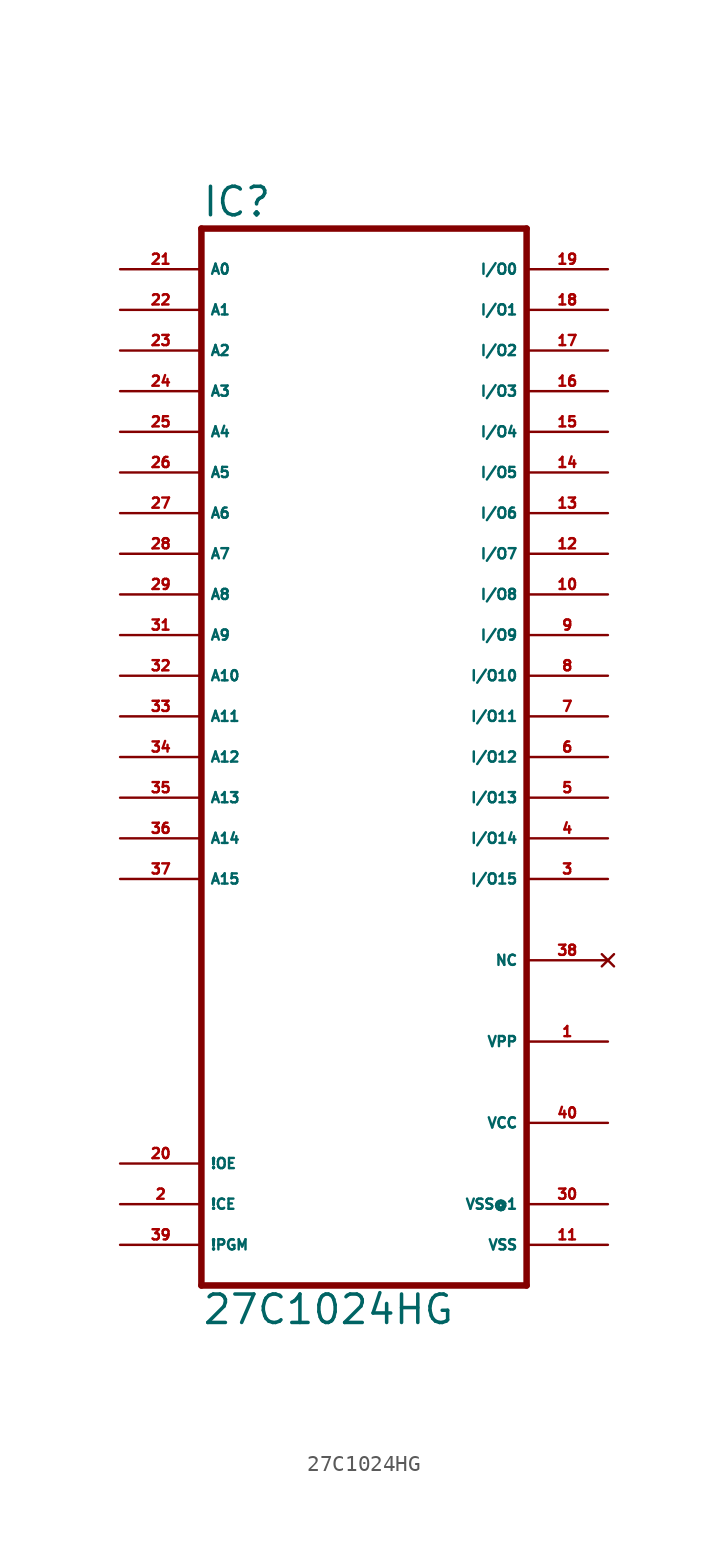
<source format=kicad_sym>
(kicad_symbol_lib
  (version 20220914)
  (generator Eagle2Kicad)
  (symbol "27C1024HG"
    (property "Reference" "IC"
      (at -10.16 33.655 0)
      (effects (font (size 1.778 1.778) (thickness 0.22)) (justify left bottom)))
    (property "Value" "27C1024HG"
      (at -10.16 -35.56 0)
      (effects (font (size 1.778 1.778) (thickness 0.22)) (justify left bottom)))
    (polyline
      (pts (xy -10.16 -33.02) (xy 10.16 -33.02))
      (stroke (width 0.406) (type default))
      (fill (type none)))
    (polyline
      (pts (xy 10.16 33.02) (xy 10.16 -33.02))
      (stroke (width 0.406) (type default))
      (fill (type none)))
    (polyline
      (pts (xy 10.16 33.02) (xy -10.16 33.02))
      (stroke (width 0.406) (type default))
      (fill (type none)))
    (polyline
      (pts (xy -10.16 -33.02) (xy -10.16 33.02))
      (stroke (width 0.406) (type default))
      (fill (type none)))
    (pin input line
      (at -15.24 30.48 0)
      (length 5.08)
      (name "A0" (effects (font (size 0.635 0.635) (thickness 0.08)) (justify left bottom)))
      (number "21" (effects (font (size 0.635 0.635) (thickness 0.08)) (justify left bottom))))
    (pin input line
      (at -15.24 27.94 0)
      (length 5.08)
      (name "A1" (effects (font (size 0.635 0.635) (thickness 0.08)) (justify left bottom)))
      (number "22" (effects (font (size 0.635 0.635) (thickness 0.08)) (justify left bottom))))
    (pin input line
      (at -15.24 25.4 0)
      (length 5.08)
      (name "A2" (effects (font (size 0.635 0.635) (thickness 0.08)) (justify left bottom)))
      (number "23" (effects (font (size 0.635 0.635) (thickness 0.08)) (justify left bottom))))
    (pin input line
      (at -15.24 22.86 0)
      (length 5.08)
      (name "A3" (effects (font (size 0.635 0.635) (thickness 0.08)) (justify left bottom)))
      (number "24" (effects (font (size 0.635 0.635) (thickness 0.08)) (justify left bottom))))
    (pin input line
      (at -15.24 20.32 0)
      (length 5.08)
      (name "A4" (effects (font (size 0.635 0.635) (thickness 0.08)) (justify left bottom)))
      (number "25" (effects (font (size 0.635 0.635) (thickness 0.08)) (justify left bottom))))
    (pin input line
      (at -15.24 17.78 0)
      (length 5.08)
      (name "A5" (effects (font (size 0.635 0.635) (thickness 0.08)) (justify left bottom)))
      (number "26" (effects (font (size 0.635 0.635) (thickness 0.08)) (justify left bottom))))
    (pin input line
      (at -15.24 15.24 0)
      (length 5.08)
      (name "A6" (effects (font (size 0.635 0.635) (thickness 0.08)) (justify left bottom)))
      (number "27" (effects (font (size 0.635 0.635) (thickness 0.08)) (justify left bottom))))
    (pin input line
      (at -15.24 12.7 0)
      (length 5.08)
      (name "A7" (effects (font (size 0.635 0.635) (thickness 0.08)) (justify left bottom)))
      (number "28" (effects (font (size 0.635 0.635) (thickness 0.08)) (justify left bottom))))
    (pin input line
      (at -15.24 10.16 0)
      (length 5.08)
      (name "A8" (effects (font (size 0.635 0.635) (thickness 0.08)) (justify left bottom)))
      (number "29" (effects (font (size 0.635 0.635) (thickness 0.08)) (justify left bottom))))
    (pin input line
      (at -15.24 7.62 0)
      (length 5.08)
      (name "A9" (effects (font (size 0.635 0.635) (thickness 0.08)) (justify left bottom)))
      (number "31" (effects (font (size 0.635 0.635) (thickness 0.08)) (justify left bottom))))
    (pin input line
      (at -15.24 5.08 0)
      (length 5.08)
      (name "A10" (effects (font (size 0.635 0.635) (thickness 0.08)) (justify left bottom)))
      (number "32" (effects (font (size 0.635 0.635) (thickness 0.08)) (justify left bottom))))
    (pin input line
      (at -15.24 2.54 0)
      (length 5.08)
      (name "A11" (effects (font (size 0.635 0.635) (thickness 0.08)) (justify left bottom)))
      (number "33" (effects (font (size 0.635 0.635) (thickness 0.08)) (justify left bottom))))
    (pin input line
      (at -15.24 0 0)
      (length 5.08)
      (name "A12" (effects (font (size 0.635 0.635) (thickness 0.08)) (justify left bottom)))
      (number "34" (effects (font (size 0.635 0.635) (thickness 0.08)) (justify left bottom))))
    (pin input line
      (at -15.24 -2.54 0)
      (length 5.08)
      (name "A13" (effects (font (size 0.635 0.635) (thickness 0.08)) (justify left bottom)))
      (number "35" (effects (font (size 0.635 0.635) (thickness 0.08)) (justify left bottom))))
    (pin input line
      (at -15.24 -5.08 0)
      (length 5.08)
      (name "A14" (effects (font (size 0.635 0.635) (thickness 0.08)) (justify left bottom)))
      (number "36" (effects (font (size 0.635 0.635) (thickness 0.08)) (justify left bottom))))
    (pin input line
      (at -15.24 -7.62 0)
      (length 5.08)
      (name "A15" (effects (font (size 0.635 0.635) (thickness 0.08)) (justify left bottom)))
      (number "37" (effects (font (size 0.635 0.635) (thickness 0.08)) (justify left bottom))))
    (pin input line
      (at -15.24 -25.4 0)
      (length 5.08)
      (name "!OE" (effects (font (size 0.635 0.635) (thickness 0.08)) (justify left bottom)))
      (number "20" (effects (font (size 0.635 0.635) (thickness 0.08)) (justify left bottom))))
    (pin input line
      (at -15.24 -27.94 0)
      (length 5.08)
      (name "!CE" (effects (font (size 0.635 0.635) (thickness 0.08)) (justify left bottom)))
      (number "2" (effects (font (size 0.635 0.635) (thickness 0.08)) (justify left bottom))))
    (pin input line
      (at -15.24 -30.48 0)
      (length 5.08)
      (name "!PGM" (effects (font (size 0.635 0.635) (thickness 0.08)) (justify left bottom)))
      (number "39" (effects (font (size 0.635 0.635) (thickness 0.08)) (justify left bottom))))
    (pin unspecified line
      (at 15.24 -30.48 180)
      (length 5.08)
      (name "VSS" (effects (font (size 0.635 0.635) (thickness 0.08)) (justify left bottom)))
      (number "11" (effects (font (size 0.635 0.635) (thickness 0.08)) (justify left bottom))))
    (pin unspecified line
      (at 15.24 -27.94 180)
      (length 5.08)
      (name "VSS@1" (effects (font (size 0.635 0.635) (thickness 0.08)) (justify left bottom)))
      (number "30" (effects (font (size 0.635 0.635) (thickness 0.08)) (justify left bottom))))
    (pin unspecified line
      (at 15.24 -22.86 180)
      (length 5.08)
      (name "VCC" (effects (font (size 0.635 0.635) (thickness 0.08)) (justify left bottom)))
      (number "40" (effects (font (size 0.635 0.635) (thickness 0.08)) (justify left bottom))))
    (pin passive line
      (at 15.24 -17.78 180)
      (length 5.08)
      (name "VPP" (effects (font (size 0.635 0.635) (thickness 0.08)) (justify left bottom)))
      (number "1" (effects (font (size 0.635 0.635) (thickness 0.08)) (justify left bottom))))
    (pin no_connect line
      (at 15.24 -12.7 180)
      (length 5.08)
      (name "NC" (effects (font (size 0.635 0.635) (thickness 0.08)) (justify left bottom) hide))
      (number "38" (effects (font (size 0.635 0.635) (thickness 0.08)) (justify left bottom) hide)))
    (pin tri_state line
      (at 15.24 30.48 180)
      (length 5.08)
      (name "I/O0" (effects (font (size 0.635 0.635) (thickness 0.08)) (justify left bottom)))
      (number "19" (effects (font (size 0.635 0.635) (thickness 0.08)) (justify left bottom))))
    (pin tri_state line
      (at 15.24 27.94 180)
      (length 5.08)
      (name "I/O1" (effects (font (size 0.635 0.635) (thickness 0.08)) (justify left bottom)))
      (number "18" (effects (font (size 0.635 0.635) (thickness 0.08)) (justify left bottom))))
    (pin tri_state line
      (at 15.24 25.4 180)
      (length 5.08)
      (name "I/O2" (effects (font (size 0.635 0.635) (thickness 0.08)) (justify left bottom)))
      (number "17" (effects (font (size 0.635 0.635) (thickness 0.08)) (justify left bottom))))
    (pin tri_state line
      (at 15.24 22.86 180)
      (length 5.08)
      (name "I/O3" (effects (font (size 0.635 0.635) (thickness 0.08)) (justify left bottom)))
      (number "16" (effects (font (size 0.635 0.635) (thickness 0.08)) (justify left bottom))))
    (pin tri_state line
      (at 15.24 20.32 180)
      (length 5.08)
      (name "I/O4" (effects (font (size 0.635 0.635) (thickness 0.08)) (justify left bottom)))
      (number "15" (effects (font (size 0.635 0.635) (thickness 0.08)) (justify left bottom))))
    (pin tri_state line
      (at 15.24 17.78 180)
      (length 5.08)
      (name "I/O5" (effects (font (size 0.635 0.635) (thickness 0.08)) (justify left bottom)))
      (number "14" (effects (font (size 0.635 0.635) (thickness 0.08)) (justify left bottom))))
    (pin tri_state line
      (at 15.24 15.24 180)
      (length 5.08)
      (name "I/O6" (effects (font (size 0.635 0.635) (thickness 0.08)) (justify left bottom)))
      (number "13" (effects (font (size 0.635 0.635) (thickness 0.08)) (justify left bottom))))
    (pin tri_state line
      (at 15.24 12.7 180)
      (length 5.08)
      (name "I/O7" (effects (font (size 0.635 0.635) (thickness 0.08)) (justify left bottom)))
      (number "12" (effects (font (size 0.635 0.635) (thickness 0.08)) (justify left bottom))))
    (pin tri_state line
      (at 15.24 10.16 180)
      (length 5.08)
      (name "I/O8" (effects (font (size 0.635 0.635) (thickness 0.08)) (justify left bottom)))
      (number "10" (effects (font (size 0.635 0.635) (thickness 0.08)) (justify left bottom))))
    (pin tri_state line
      (at 15.24 7.62 180)
      (length 5.08)
      (name "I/O9" (effects (font (size 0.635 0.635) (thickness 0.08)) (justify left bottom)))
      (number "9" (effects (font (size 0.635 0.635) (thickness 0.08)) (justify left bottom))))
    (pin tri_state line
      (at 15.24 5.08 180)
      (length 5.08)
      (name "I/O10" (effects (font (size 0.635 0.635) (thickness 0.08)) (justify left bottom)))
      (number "8" (effects (font (size 0.635 0.635) (thickness 0.08)) (justify left bottom))))
    (pin tri_state line
      (at 15.24 2.54 180)
      (length 5.08)
      (name "I/O11" (effects (font (size 0.635 0.635) (thickness 0.08)) (justify left bottom)))
      (number "7" (effects (font (size 0.635 0.635) (thickness 0.08)) (justify left bottom))))
    (pin tri_state line
      (at 15.24 0 180)
      (length 5.08)
      (name "I/O12" (effects (font (size 0.635 0.635) (thickness 0.08)) (justify left bottom)))
      (number "6" (effects (font (size 0.635 0.635) (thickness 0.08)) (justify left bottom))))
    (pin tri_state line
      (at 15.24 -2.54 180)
      (length 5.08)
      (name "I/O13" (effects (font (size 0.635 0.635) (thickness 0.08)) (justify left bottom)))
      (number "5" (effects (font (size 0.635 0.635) (thickness 0.08)) (justify left bottom))))
    (pin tri_state line
      (at 15.24 -5.08 180)
      (length 5.08)
      (name "I/O14" (effects (font (size 0.635 0.635) (thickness 0.08)) (justify left bottom)))
      (number "4" (effects (font (size 0.635 0.635) (thickness 0.08)) (justify left bottom))))
    (pin tri_state line
      (at 15.24 -7.62 180)
      (length 5.08)
      (name "I/O15" (effects (font (size 0.635 0.635) (thickness 0.08)) (justify left bottom)))
      (number "3" (effects (font (size 0.635 0.635) (thickness 0.08)) (justify left bottom))))))
</source>
